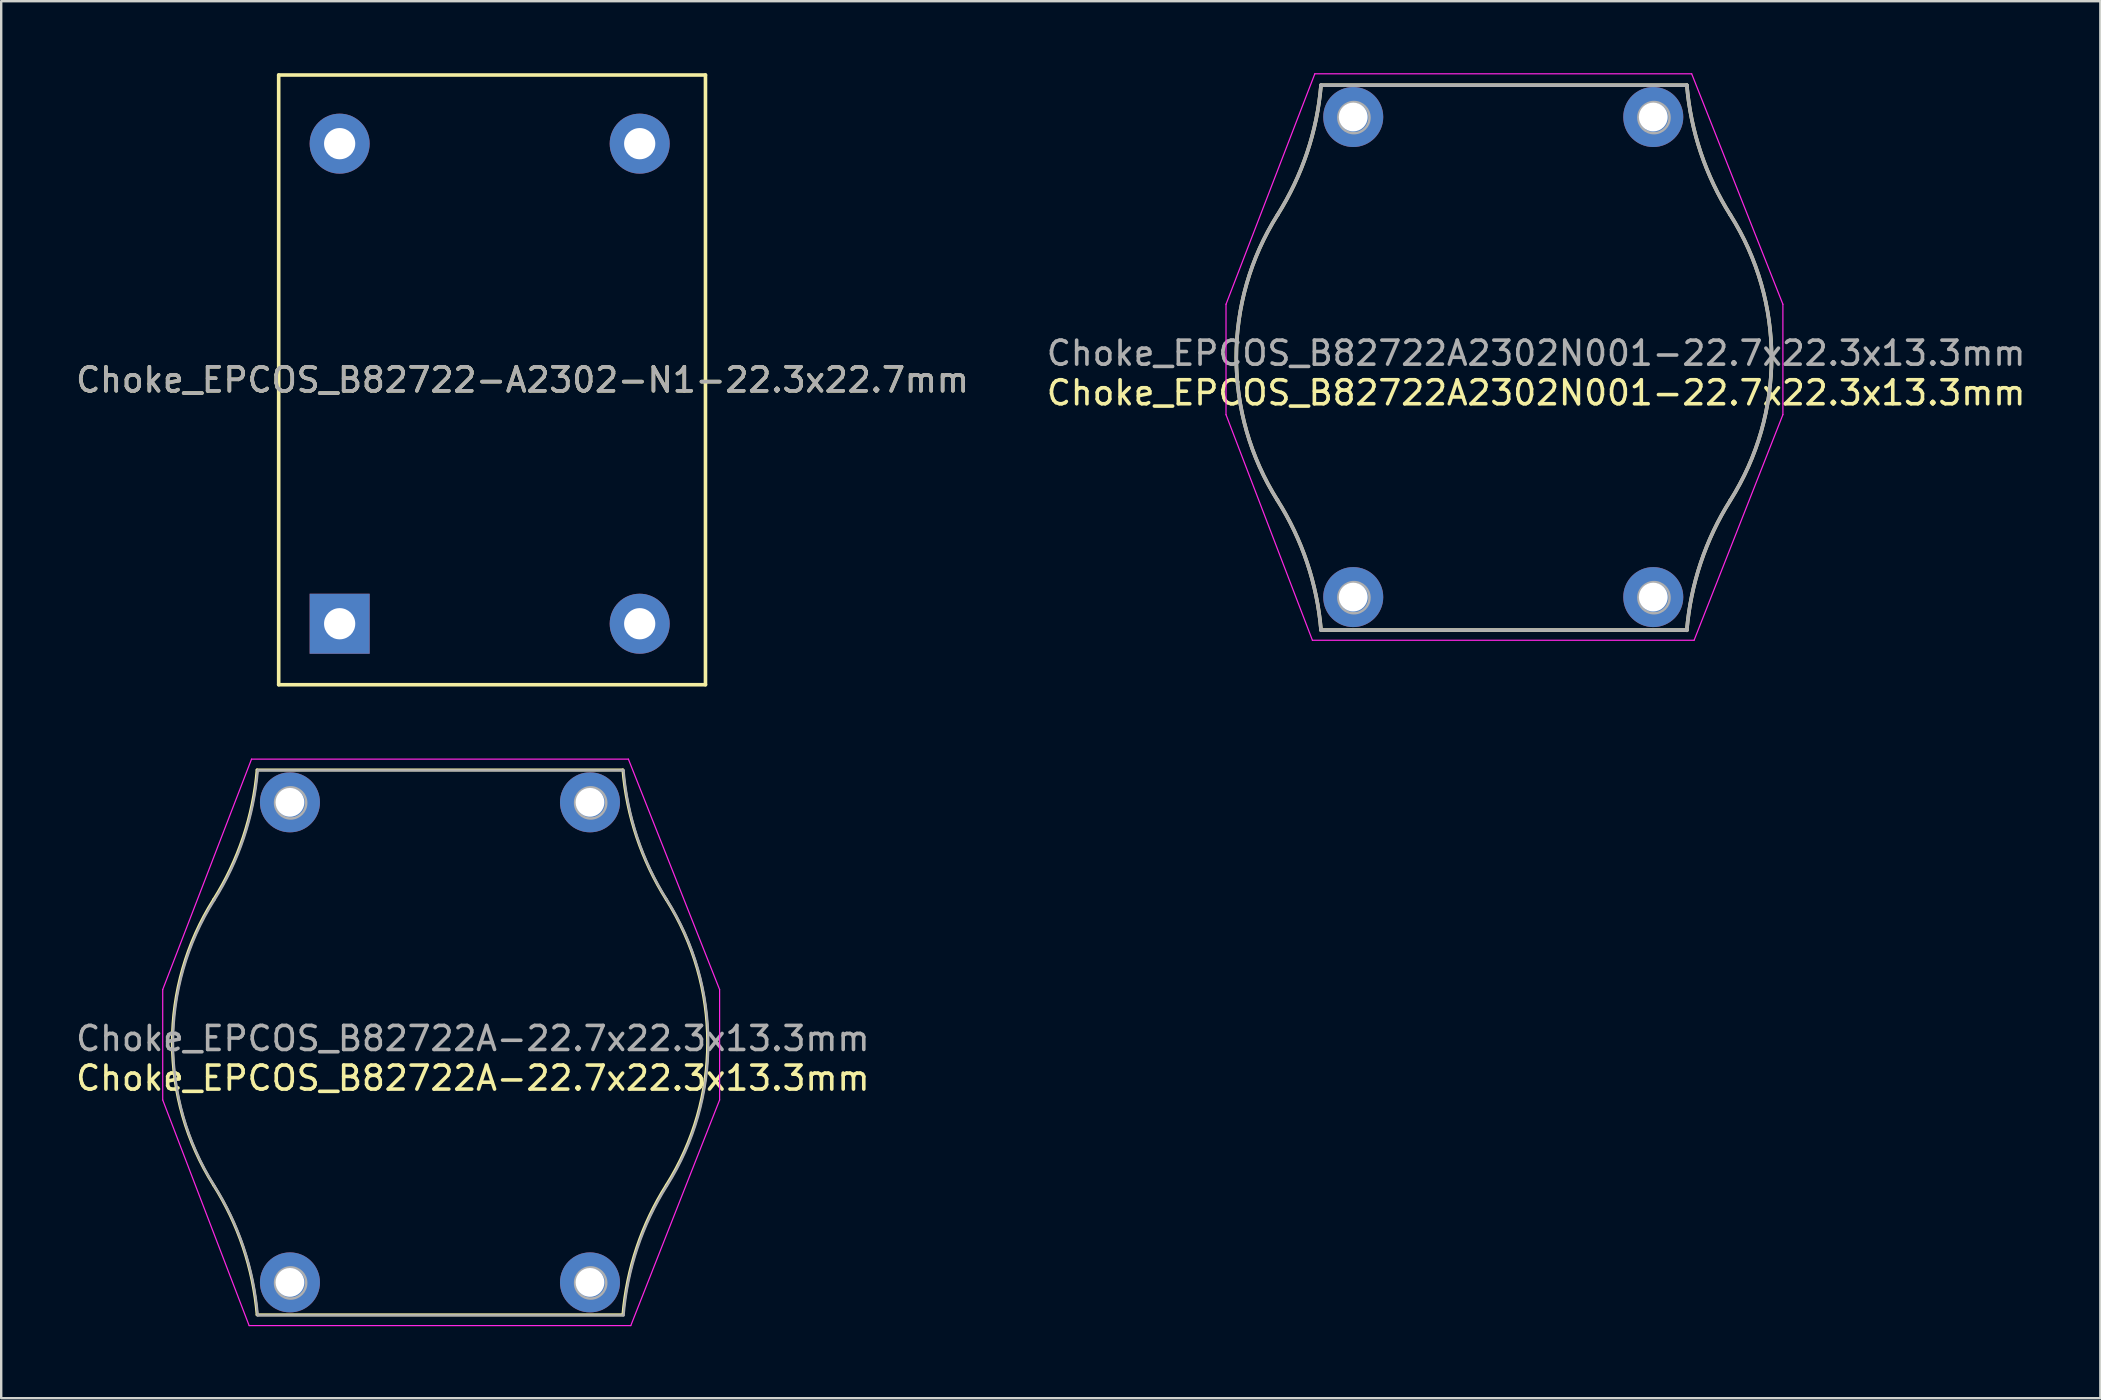
<source format=kicad_pcb>
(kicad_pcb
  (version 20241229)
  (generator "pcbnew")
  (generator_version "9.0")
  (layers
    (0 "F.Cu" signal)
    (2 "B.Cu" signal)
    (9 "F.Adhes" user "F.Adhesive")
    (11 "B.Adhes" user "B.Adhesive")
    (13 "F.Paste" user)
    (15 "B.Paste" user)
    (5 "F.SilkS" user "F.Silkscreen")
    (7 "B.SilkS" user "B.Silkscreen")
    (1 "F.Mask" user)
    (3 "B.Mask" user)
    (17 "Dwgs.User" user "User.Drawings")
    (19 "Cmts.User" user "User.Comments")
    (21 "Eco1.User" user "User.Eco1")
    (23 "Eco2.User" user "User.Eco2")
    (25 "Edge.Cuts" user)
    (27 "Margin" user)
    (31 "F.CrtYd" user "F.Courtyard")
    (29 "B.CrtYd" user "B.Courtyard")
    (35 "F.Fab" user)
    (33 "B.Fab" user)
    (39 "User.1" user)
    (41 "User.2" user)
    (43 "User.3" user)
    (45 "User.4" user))
  (footprint "Choke_EPCOS_B82722A2302N001-22.7x22.3x13.3mm"
    (layer "F.Cu")
    (at 53.326 21.825)
    (property "Reference" "Choke_EPCOS_B82722A2302N001-22.7x22.3x13.3mm" (at 7.62 -8.509 180) (layer "F.SilkS") (effects (font (size 1 1) (thickness 0.15))))
    (attr through_hole)
    (fp_line (start -1.342 -21.326) (end 13.898 -21.326) (stroke (width 0.15) (type solid)) (layer "F.SilkS"))
    (fp_line (start -1.342 1.374) (end 13.898 1.374) (stroke (width 0.15) (type solid)) (layer "F.SilkS"))
    (fp_arc (start -3.156769 -4.034248) (mid -1.923322 -1.43962) (end -1.34193 1.373824) (stroke (width 0.15) (type solid)) (layer "F.SilkS"))
    (fp_arc (start -3.15213 -4.026905) (mid -4.87193 -9.976804) (end -3.15146 -15.926509) (stroke (width 0.15) (type solid)) (layer "F.SilkS"))
    (fp_arc (start -1.342504 -21.319367) (mid -1.922828 -18.514205) (end -3.15146 -15.926509) (stroke (width 0.15) (type solid)) (layer "F.SilkS"))
    (fp_arc (start 13.897242 1.383732) (mid 14.476303 -1.430193) (end 15.707599 -4.025842) (stroke (width 0.15) (type solid)) (layer "F.SilkS"))
    (fp_arc (start 15.708271 -15.925445) (mid 17.42807 -9.975546) (end 15.707599 -4.025842) (stroke (width 0.15) (type solid)) (layer "F.SilkS"))
    (fp_arc (start 15.712908 -15.918104) (mid 14.479462 -18.512732) (end 13.89807 -21.326176) (stroke (width 0.15) (type solid)) (layer "F.SilkS"))
    (fp_line (start -5.3 -12.2) (end -5.3 -7.6) (stroke (width 0.05) (type solid)) (layer "F.CrtYd"))
    (fp_line (start -5.3 -7.6) (end -1.7 1.8) (stroke (width 0.05) (type solid)) (layer "F.CrtYd"))
    (fp_line (start -1.7 1.8) (end 14.2 1.8) (stroke (width 0.05) (type solid)) (layer "F.CrtYd"))
    (fp_line (start -1.6 -21.8) (end -5.3 -12.2) (stroke (width 0.05) (type solid)) (layer "F.CrtYd"))
    (fp_line (start -1.6 -21.8) (end 14.1 -21.8) (stroke (width 0.05) (type solid)) (layer "F.CrtYd"))
    (fp_line (start 14.1 -21.8) (end 17.9 -12.2) (stroke (width 0.05) (type solid)) (layer "F.CrtYd"))
    (fp_line (start 17.9 -12.2) (end 17.9 -7.6) (stroke (width 0.05) (type solid)) (layer "F.CrtYd"))
    (fp_line (start 17.9 -7.6) (end 14.2 1.8) (stroke (width 0.05) (type solid)) (layer "F.CrtYd"))
    (fp_line (start -1.342 -21.326) (end 13.898 -21.326) (stroke (width 0.15) (type solid)) (layer "F.Fab"))
    (fp_line (start -1.342 1.374) (end 13.898 1.374) (stroke (width 0.15) (type solid)) (layer "F.Fab"))
    (fp_arc (start -3.156769 -4.034248) (mid -1.923322 -1.43962) (end -1.34193 1.373824) (stroke (width 0.15) (type solid)) (layer "F.Fab"))
    (fp_arc (start -3.15213 -4.026905) (mid -4.87193 -9.976804) (end -3.15146 -15.926509) (stroke (width 0.15) (type solid)) (layer "F.Fab"))
    (fp_arc (start -1.341102 -21.336082) (mid -1.920163 -18.522157) (end -3.15146 -15.926509) (stroke (width 0.15) (type solid)) (layer "F.Fab"))
    (fp_arc (start 13.897242 1.383732) (mid 14.476303 -1.430193) (end 15.707599 -4.025842) (stroke (width 0.15) (type solid)) (layer "F.Fab"))
    (fp_arc (start 15.708271 -15.925445) (mid 17.42807 -9.975546) (end 15.707599 -4.025842) (stroke (width 0.15) (type solid)) (layer "F.Fab"))
    (fp_arc (start 15.712908 -15.918104) (mid 14.479462 -18.512732) (end 13.89807 -21.326176) (stroke (width 0.15) (type solid)) (layer "F.Fab"))
    (fp_circle (center 0.028 -19.976) (end 0.678 -19.976) (stroke (width 0.1) (type solid)) (fill no) (layer "F.Fab"))
    (fp_circle (center 0.028 0.024) (end 0.678 0.024) (stroke (width 0.1) (type solid)) (fill no) (layer "F.Fab"))
    (fp_circle (center 12.528 -19.976) (end 13.178 -19.976) (stroke (width 0.1) (type solid)) (fill no) (layer "F.Fab"))
    (fp_circle (center 12.528 0.024) (end 13.178 0.024) (stroke (width 0.1) (type solid)) (fill no) (layer "F.Fab"))
    (fp_text user "${REFERENCE}" (at 7.62 -10.16 0) (layer "F.Fab") (effects (font (size 1 1) (thickness 0.15))))
    (pad "1" thru_hole circle (at 0 0) (size 2.5 2.5) (drill 1.2) (layers "*.Cu" "*.Mask"))
    (pad "2" thru_hole circle (at 0 -20) (size 2.5 2.5) (drill 1.2) (layers "*.Cu" "*.Mask"))
    (pad "3" thru_hole circle (at 12.5 0) (size 2.5 2.5) (drill 1.2) (layers "*.Cu" "*.Mask"))
    (pad "4" thru_hole circle (at 12.5 -20) (size 2.5 2.5) (drill 1.2) (layers "*.Cu" "*.Mask")))
  (footprint "Choke_EPCOS_B82722-A2302-N1-22.3x22.7mm"
    (layer "F.Cu")
    (at 11.1 22.935)
    (property "Reference" "Choke_EPCOS_B82722-A2302-N1-22.3x22.7mm" (at 7.62 -10.16 180) (layer "F.SilkS") (effects (font (size 1 1) (thickness 0.15))))
    (attr through_hole)
    (fp_line (start -2.54 -22.86) (end 15.24 -22.86) (stroke (width 0.15) (type solid)) (layer "F.SilkS"))
    (fp_line (start -2.54 2.54) (end -2.54 -22.86) (stroke (width 0.15) (type solid)) (layer "F.SilkS"))
    (fp_line (start 15.24 -22.86) (end 15.24 2.54) (stroke (width 0.15) (type solid)) (layer "F.SilkS"))
    (fp_line (start 15.24 2.54) (end -2.54 2.54) (stroke (width 0.15) (type solid)) (layer "F.SilkS"))
    (fp_text user "${REFERENCE}" (at 7.62 -10.16 0) (layer "F.Fab") (effects (font (size 1 1) (thickness 0.15))))
    (pad "1" thru_hole rect (at 0 0) (size 2.5 2.5) (drill 1.3) (layers "*.Cu" "*.Mask"))
    (pad "2" thru_hole circle (at 0 -20) (size 2.5 2.5) (drill 1.3) (layers "*.Cu" "*.Mask"))
    (pad "3" thru_hole circle (at 12.5 0) (size 2.5 2.5) (drill 1.3) (layers "*.Cu" "*.Mask"))
    (pad "4" thru_hole circle (at 12.5 -20) (size 2.5 2.5) (drill 1.3) (layers "*.Cu" "*.Mask")))
  (footprint "Choke_EPCOS_B82722A-22.7x22.3x13.3mm"
    (layer "F.Cu")
    (at 9.029 30.375)
    (property "Reference" "Choke_EPCOS_B82722A-22.7x22.3x13.3mm" (at 7.62 11.491 180) (layer "F.SilkS") (effects (font (size 1 1) (thickness 0.15))))
    (attr through_hole)
    (fp_line (start -1.37 -1.35) (end 13.87 -1.35) (stroke (width 0.12) (type solid)) (layer "F.SilkS"))
    (fp_line (start -1.37 21.35) (end 13.87 21.35) (stroke (width 0.12) (type solid)) (layer "F.SilkS"))
    (fp_arc (start -3.17953 15.950334) (mid -1.949812 18.541269) (end -1.37 21.35) (stroke (width 0.12) (type solid)) (layer "F.SilkS"))
    (fp_arc (start -3.179529 15.950335) (mid -4.9 10.000001) (end -3.17953 4.049667) (stroke (width 0.12) (type solid)) (layer "F.SilkS"))
    (fp_arc (start -1.37 -1.349999) (mid -1.949812 1.458732) (end -3.17953 4.049667) (stroke (width 0.12) (type solid)) (layer "F.SilkS"))
    (fp_arc (start 13.87 21.35) (mid 14.449812 18.541269) (end 15.679529 15.950334) (stroke (width 0.12) (type solid)) (layer "F.SilkS"))
    (fp_arc (start 15.679529 4.049666) (mid 14.449811 1.458731) (end 13.87 -1.35) (stroke (width 0.12) (type solid)) (layer "F.SilkS"))
    (fp_arc (start 15.679529 4.049667) (mid 17.399999 10) (end 15.679529 15.950334) (stroke (width 0.12) (type solid)) (layer "F.SilkS"))
    (fp_line (start -5.3 7.8) (end -5.3 12.4) (stroke (width 0.05) (type solid)) (layer "F.CrtYd"))
    (fp_line (start -5.3 12.4) (end -1.7 21.8) (stroke (width 0.05) (type solid)) (layer "F.CrtYd"))
    (fp_line (start -1.7 21.8) (end 14.2 21.8) (stroke (width 0.05) (type solid)) (layer "F.CrtYd"))
    (fp_line (start -1.6 -1.8) (end -5.3 7.8) (stroke (width 0.05) (type solid)) (layer "F.CrtYd"))
    (fp_line (start -1.6 -1.8) (end 14.1 -1.8) (stroke (width 0.05) (type solid)) (layer "F.CrtYd"))
    (fp_line (start 14.1 -1.8) (end 17.9 7.8) (stroke (width 0.05) (type solid)) (layer "F.CrtYd"))
    (fp_line (start 17.9 7.8) (end 17.9 12.4) (stroke (width 0.05) (type solid)) (layer "F.CrtYd"))
    (fp_line (start 17.9 12.4) (end 14.2 21.8) (stroke (width 0.05) (type solid)) (layer "F.CrtYd"))
    (fp_line (start -1.342 -1.326) (end 13.898 -1.326) (stroke (width 0.1) (type solid)) (layer "F.Fab"))
    (fp_line (start -1.342 21.374) (end 13.898 21.374) (stroke (width 0.1) (type solid)) (layer "F.Fab"))
    (fp_arc (start -3.156769 15.965752) (mid -1.923322 18.56038) (end -1.34193 21.373824) (stroke (width 0.1) (type solid)) (layer "F.Fab"))
    (fp_arc (start -3.15213 15.973095) (mid -4.87193 10.023196) (end -3.15146 4.073491) (stroke (width 0.1) (type solid)) (layer "F.Fab"))
    (fp_arc (start -1.341102 -1.336082) (mid -1.920163 1.477843) (end -3.15146 4.073491) (stroke (width 0.1) (type solid)) (layer "F.Fab"))
    (fp_arc (start 13.898403 21.369866) (mid 14.478513 18.56321) (end 15.707599 15.974158) (stroke (width 0.1) (type solid)) (layer "F.Fab"))
    (fp_arc (start 15.708271 4.074555) (mid 17.42807 10.024454) (end 15.707599 15.974158) (stroke (width 0.1) (type solid)) (layer "F.Fab"))
    (fp_arc (start 15.712908 4.081896) (mid 14.479462 1.487268) (end 13.89807 -1.326176) (stroke (width 0.1) (type solid)) (layer "F.Fab"))
    (fp_circle (center 0.028 0.024) (end 0.678 0.024) (stroke (width 0.1) (type solid)) (fill no) (layer "F.Fab"))
    (fp_circle (center 0.028 20.024) (end 0.678 20.024) (stroke (width 0.1) (type solid)) (fill no) (layer "F.Fab"))
    (fp_circle (center 12.528 0.024) (end 13.178 0.024) (stroke (width 0.1) (type solid)) (fill no) (layer "F.Fab"))
    (fp_circle (center 12.528 20.024) (end 13.178 20.024) (stroke (width 0.1) (type solid)) (fill no) (layer "F.Fab"))
    (fp_text user "${REFERENCE}" (at 7.62 9.84 0) (layer "F.Fab") (effects (font (size 1 1) (thickness 0.15))))
    (pad "1" thru_hole circle (at 0 0) (size 2.5 2.5) (drill 1.2) (layers "*.Cu" "*.Mask"))
    (pad "2" thru_hole circle (at 0 20) (size 2.5 2.5) (drill 1.2) (layers "*.Cu" "*.Mask"))
    (pad "3" thru_hole circle (at 12.5 0) (size 2.5 2.5) (drill 1.2) (layers "*.Cu" "*.Mask"))
    (pad "4" thru_hole circle (at 12.5 20) (size 2.5 2.5) (drill 1.2) (layers "*.Cu" "*.Mask")))
  (gr_rect
    (start -3 -3)
    (end 84.452 55.2)
    (stroke (width 0.1) (type default))
    (fill no)
    (layer "Edge.Cuts")))
</source>
